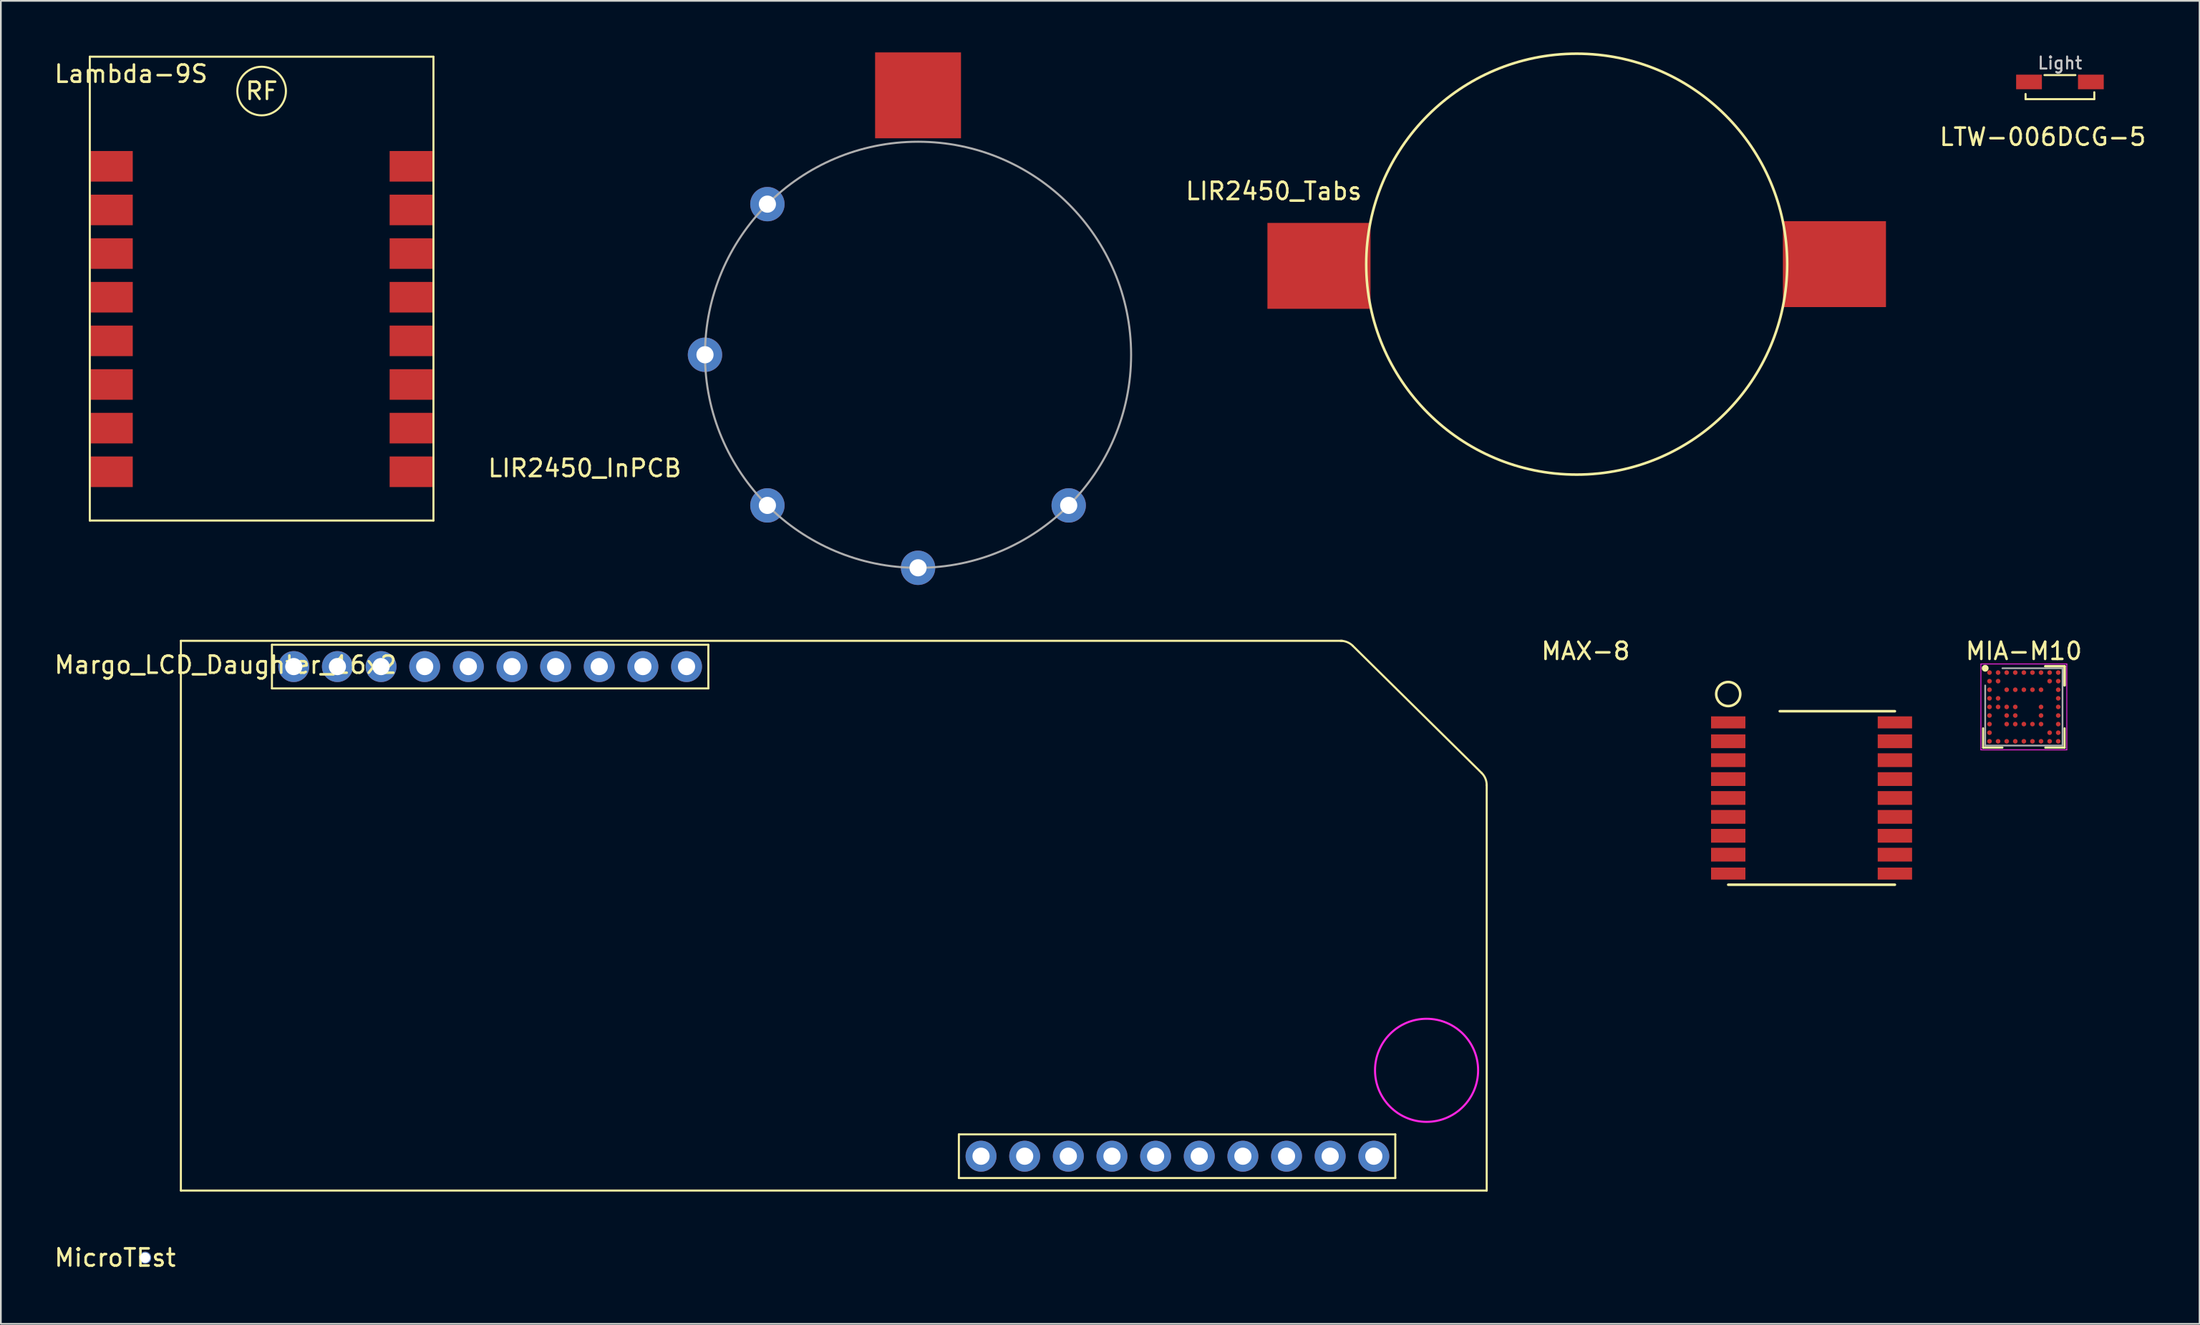
<source format=kicad_pcb>
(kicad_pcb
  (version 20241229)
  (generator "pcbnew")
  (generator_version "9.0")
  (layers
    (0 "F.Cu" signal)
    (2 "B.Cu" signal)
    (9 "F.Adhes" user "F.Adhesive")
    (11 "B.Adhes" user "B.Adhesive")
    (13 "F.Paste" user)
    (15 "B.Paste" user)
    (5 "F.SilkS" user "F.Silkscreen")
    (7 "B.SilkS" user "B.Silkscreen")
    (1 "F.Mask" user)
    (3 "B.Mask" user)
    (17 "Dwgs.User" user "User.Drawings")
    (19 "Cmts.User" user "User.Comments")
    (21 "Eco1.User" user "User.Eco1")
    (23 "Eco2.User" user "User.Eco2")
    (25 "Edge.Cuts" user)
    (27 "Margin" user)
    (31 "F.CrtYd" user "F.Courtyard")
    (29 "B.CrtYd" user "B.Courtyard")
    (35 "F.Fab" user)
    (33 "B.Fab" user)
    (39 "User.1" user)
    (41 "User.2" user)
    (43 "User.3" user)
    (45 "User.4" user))
  (footprint "LTW-006DCG-5"
    (layer "F.Cu")
    (at 116.84 1.72)
    (property "Reference" "LTW-006DCG-5" (at -1 3.2 0) (layer "F.SilkS") (effects (font (size 1 1) (thickness 0.15))))
    (attr through_hole)
    (fp_line (start -2 0.7) (end -2 1) (stroke (width 0.12) (type solid)) (layer "F.SilkS"))
    (fp_line (start -2 1) (end 2 1) (stroke (width 0.12) (type solid)) (layer "F.SilkS"))
    (fp_line (start -0.9 -0.4) (end 0.9 -0.4) (stroke (width 0.12) (type solid)) (layer "F.SilkS"))
    (fp_line (start 2 1) (end 2 0.6) (stroke (width 0.12) (type solid)) (layer "F.SilkS"))
    (fp_text user "Light" (at 0 -1.1 0) (layer "Dwgs.User") (effects (font (size 0.7 0.7) (thickness 0.12))))
    (pad "1" smd rect (at 1.8 0) (size 1.5 0.85) (layers "F.Cu" "F.Mask" "F.Paste"))
    (pad "2" smd rect (at -1.8 0) (size 1.5 0.85) (layers "F.Cu" "F.Mask" "F.Paste")))
  (footprint "Margo_LCD_Daughter_16x2"
    (layer "F.Cu")
    (at 7.477 34.25)
    (property "Reference" "Margo_LCD_Daughter_16x2" (at 2.6 1.4 0) (layer "F.SilkS") (effects (font (size 1 1) (thickness 0.15))))
    (attr through_hole)
    (fp_line (start 0 0) (end 0 32) (stroke (width 0.12) (type solid)) (layer "F.SilkS"))
    (fp_line (start 0 0) (end 67.6 0) (stroke (width 0.12) (type solid)) (layer "F.SilkS"))
    (fp_line (start 0 32) (end 76 32) (stroke (width 0.12) (type solid)) (layer "F.SilkS"))
    (fp_line (start 5.3 0.23) (end 5.3 2.77) (stroke (width 0.12) (type solid)) (layer "F.SilkS"))
    (fp_line (start 5.3 2.77) (end 30.7 2.77) (stroke (width 0.12) (type solid)) (layer "F.SilkS"))
    (fp_line (start 30.7 0.23) (end 5.3 0.23) (stroke (width 0.12) (type solid)) (layer "F.SilkS"))
    (fp_line (start 30.7 0.23) (end 30.7 2.77) (stroke (width 0.12) (type solid)) (layer "F.SilkS"))
    (fp_line (start 45.28 31.27) (end 45.28 28.73) (stroke (width 0.12) (type solid)) (layer "F.SilkS"))
    (fp_line (start 45.28 31.27) (end 70.68 31.27) (stroke (width 0.12) (type solid)) (layer "F.SilkS"))
    (fp_line (start 68.207 0.293) (end 75.707 7.693) (stroke (width 0.12) (type solid)) (layer "F.SilkS"))
    (fp_line (start 70.68 28.73) (end 45.28 28.73) (stroke (width 0.12) (type solid)) (layer "F.SilkS"))
    (fp_line (start 70.68 31.27) (end 70.68 28.73) (stroke (width 0.12) (type solid)) (layer "F.SilkS"))
    (fp_line (start 76 8.4) (end 76 32) (stroke (width 0.12) (type solid)) (layer "F.SilkS"))
    (fp_arc (start 67.5 0.000001) (mid 67.882683 0.076121) (end 68.207106 0.292894) (stroke (width 0.12) (type solid)) (layer "F.SilkS"))
    (fp_arc (start 75.707107 7.692893) (mid 75.92388 8.017316) (end 76 8.4) (stroke (width 0.12) (type solid)) (layer "F.SilkS"))
    (fp_circle (center 72.5 25) (end 75.5 25) (stroke (width 0.12) (type solid)) (fill no) (layer "F.CrtYd"))
    (pad "1" thru_hole circle (at 6.57 1.5) (size 1.8 1.8) (drill 1) (layers "*.Cu" "*.Mask"))
    (pad "1" thru_hole circle (at 69.43 30 180) (size 1.8 1.8) (drill 1) (layers "*.Cu" "*.Mask"))
    (pad "2" thru_hole circle (at 9.11 1.5) (size 1.8 1.8) (drill 1) (layers "*.Cu" "*.Mask"))
    (pad "2" thru_hole circle (at 66.89 30 180) (size 1.8 1.8) (drill 1) (layers "*.Cu" "*.Mask"))
    (pad "3" thru_hole circle (at 11.65 1.5) (size 1.8 1.8) (drill 1) (layers "*.Cu" "*.Mask"))
    (pad "3" thru_hole circle (at 64.35 30 180) (size 1.8 1.8) (drill 1) (layers "*.Cu" "*.Mask"))
    (pad "4" thru_hole circle (at 14.19 1.5) (size 1.8 1.8) (drill 1) (layers "*.Cu" "*.Mask"))
    (pad "4" thru_hole circle (at 61.81 30 180) (size 1.8 1.8) (drill 1) (layers "*.Cu" "*.Mask"))
    (pad "5" thru_hole circle (at 16.73 1.5) (size 1.8 1.8) (drill 1) (layers "*.Cu" "*.Mask"))
    (pad "5" thru_hole circle (at 59.27 30 180) (size 1.8 1.8) (drill 1) (layers "*.Cu" "*.Mask"))
    (pad "6" thru_hole circle (at 19.27 1.5) (size 1.8 1.8) (drill 1) (layers "*.Cu" "*.Mask"))
    (pad "6" thru_hole circle (at 56.73 30 180) (size 1.8 1.8) (drill 1) (layers "*.Cu" "*.Mask"))
    (pad "7" thru_hole circle (at 21.81 1.5) (size 1.8 1.8) (drill 1) (layers "*.Cu" "*.Mask"))
    (pad "7" thru_hole circle (at 54.19 30 180) (size 1.8 1.8) (drill 1) (layers "*.Cu" "*.Mask"))
    (pad "8" thru_hole circle (at 24.35 1.5) (size 1.8 1.8) (drill 1) (layers "*.Cu" "*.Mask"))
    (pad "8" thru_hole circle (at 51.65 30 180) (size 1.8 1.8) (drill 1) (layers "*.Cu" "*.Mask"))
    (pad "9" thru_hole circle (at 26.89 1.5) (size 1.8 1.8) (drill 1) (layers "*.Cu" "*.Mask"))
    (pad "9" thru_hole circle (at 49.11 30 180) (size 1.8 1.8) (drill 1) (layers "*.Cu" "*.Mask"))
    (pad "10" thru_hole circle (at 29.43 1.5) (size 1.8 1.8) (drill 1) (layers "*.Cu" "*.Mask"))
    (pad "10" thru_hole circle (at 46.57 30 180) (size 1.8 1.8) (drill 1) (layers "*.Cu" "*.Mask")))
  (footprint "LIR2450_Tabs"
    (layer "F.Cu")
    (at 88.715 12.325)
    (property "Reference" "LIR2450_Tabs" (at -17.63 -4.25 0) (layer "F.SilkS") (effects (font (size 1 1) (thickness 0.15))))
    (attr through_hole)
    (fp_circle (center 0 0) (end 12.25 0) (stroke (width 0.15) (type solid)) (fill no) (layer "F.SilkS"))
    (pad "1" smd rect (at 15 0) (size 6 5) (layers "F.Cu" "F.Mask" "F.Paste"))
    (pad "2" smd rect (at -15 0.1) (size 6 5) (layers "F.Cu" "F.Mask" "F.Paste")))
  (footprint "LIR2450_InPCB"
    (layer "F.Cu")
    (at 50.381 17.6)
    (property "Reference" "LIR2450_InPCB" (at -19.4 6.6 0) (layer "F.SilkS") (effects (font (size 1 1) (thickness 0.15))))
    (attr through_hole)
    (fp_circle (center 0 0) (end 12.4 0) (stroke (width 0.12) (type solid)) (fill no) (layer "F.Fab"))
    (pad "1" thru_hole circle (at -12.4 0) (size 2 2) (drill 1) (layers "*.Cu" "*.Mask"))
    (pad "1" thru_hole circle (at -8.768 -8.768) (size 2 2) (drill 1) (layers "*.Cu" "*.Mask"))
    (pad "1" thru_hole circle (at -8.768 8.768) (size 2 2) (drill 1) (layers "*.Cu" "*.Mask"))
    (pad "1" thru_hole circle (at 0 12.4) (size 2 2) (drill 1) (layers "*.Cu" "*.Mask"))
    (pad "1" thru_hole circle (at 8.768 8.768) (size 2 2) (drill 1) (layers "*.Cu" "*.Mask"))
    (pad "2" smd rect (at 0 -15.1) (size 5 5) (layers "F.Cu" "F.Mask" "F.Paste")))
  (footprint "MicroTEst"
    (layer "F.Cu")
    (at 5.399 70.158)
    (property "Reference" "MicroTEst" (at -1.75 0 180) (layer "F.SilkS") (effects (font (size 1 1) (thickness 0.15))))
    (attr through_hole)
    (pad "1" thru_hole circle (at 0 0) (size 0.7 0.7) (drill 0.6) (layers "*.Cu" "*.Mask")))
  (footprint "Lambda-9S"
    (layer "F.Cu")
    (at 2.177 0.25)
    (property "Reference" "Lambda-9S" (at 2.4 1 0) (layer "F.SilkS") (effects (font (size 1 1) (thickness 0.15))))
    (attr through_hole)
    (fp_line (start 0 0) (end 0 27) (stroke (width 0.12) (type solid)) (layer "F.SilkS"))
    (fp_line (start 0 0) (end 20 0) (stroke (width 0.12) (type solid)) (layer "F.SilkS"))
    (fp_line (start 20 0) (end 20 27) (stroke (width 0.12) (type solid)) (layer "F.SilkS"))
    (fp_line (start 20 27) (end 0 27) (stroke (width 0.12) (type solid)) (layer "F.SilkS"))
    (fp_circle (center 10 2) (end 11.414 2) (stroke (width 0.12) (type solid)) (fill no) (layer "F.SilkS"))
    (fp_text user "RF" (at 10 2 0) (layer "F.SilkS") (effects (font (size 1 1) (thickness 0.15))))
    (pad "1" smd rect (at 1.25 6.38) (size 2.5 1.78) (layers "F.Cu" "F.Mask" "F.Paste"))
    (pad "2" smd rect (at 1.25 8.92) (size 2.5 1.78) (layers "F.Cu" "F.Mask" "F.Paste"))
    (pad "3" smd rect (at 1.25 11.46) (size 2.5 1.78) (layers "F.Cu" "F.Mask" "F.Paste"))
    (pad "4" smd rect (at 1.25 14) (size 2.5 1.78) (layers "F.Cu" "F.Mask" "F.Paste"))
    (pad "5" smd rect (at 1.25 16.54) (size 2.5 1.78) (layers "F.Cu" "F.Mask" "F.Paste"))
    (pad "6" smd rect (at 1.25 19.08) (size 2.5 1.78) (layers "F.Cu" "F.Mask" "F.Paste"))
    (pad "7" smd rect (at 1.25 21.62) (size 2.5 1.78) (layers "F.Cu" "F.Mask" "F.Paste"))
    (pad "8" smd rect (at 1.25 24.16) (size 2.5 1.78) (layers "F.Cu" "F.Mask" "F.Paste"))
    (pad "9" smd rect (at 18.7 24.16) (size 2.5 1.78) (layers "F.Cu" "F.Mask" "F.Paste"))
    (pad "10" smd rect (at 18.7 21.62) (size 2.5 1.78) (layers "F.Cu" "F.Mask" "F.Paste"))
    (pad "11" smd rect (at 18.7 19.08) (size 2.5 1.78) (layers "F.Cu" "F.Mask" "F.Paste"))
    (pad "12" smd rect (at 18.7 16.54) (size 2.5 1.78) (layers "F.Cu" "F.Mask" "F.Paste"))
    (pad "13" smd rect (at 18.7 14) (size 2.5 1.78) (layers "F.Cu" "F.Mask" "F.Paste"))
    (pad "14" smd rect (at 18.7 11.46) (size 2.5 1.78) (layers "F.Cu" "F.Mask" "F.Paste"))
    (pad "15" smd rect (at 18.7 8.92) (size 2.5 1.78) (layers "F.Cu" "F.Mask" "F.Paste"))
    (pad "16" smd rect (at 18.7 6.38) (size 2.5 1.78) (layers "F.Cu" "F.Mask" "F.Paste")))
  (footprint "MAX-8"
    (layer "F.Cu")
    (at 102.534 43.398)
    (property "Reference" "MAX-8" (at -13.3 -8.55 0) (layer "F.SilkS") (effects (font (size 1 1) (thickness 0.15))))
    (attr through_hole)
    (fp_line (start -5 5.05) (end 4.7 5.05) (stroke (width 0.15) (type solid)) (layer "F.SilkS"))
    (fp_line (start -2 -5.05) (end 4.7 -5.05) (stroke (width 0.15) (type solid)) (layer "F.SilkS"))
    (fp_circle (center -5 -6.05) (end -4.3 -6.05) (stroke (width 0.15) (type solid)) (fill no) (layer "F.SilkS"))
    (pad "1" smd rect (at -5 -4.4) (size 2 0.7) (layers "F.Cu" "F.Mask" "F.Paste"))
    (pad "2" smd rect (at -5 -3.3) (size 2 0.8) (layers "F.Cu" "F.Mask" "F.Paste"))
    (pad "3" smd rect (at -5 -2.2) (size 2 0.8) (layers "F.Cu" "F.Mask" "F.Paste"))
    (pad "4" smd rect (at -5 -1.1) (size 2 0.8) (layers "F.Cu" "F.Mask" "F.Paste"))
    (pad "5" smd rect (at -5 0) (size 2 0.8) (layers "F.Cu" "F.Mask" "F.Paste"))
    (pad "6" smd rect (at -5 1.1) (size 2 0.8) (layers "F.Cu" "F.Mask" "F.Paste"))
    (pad "7" smd rect (at -5 2.2) (size 2 0.8) (layers "F.Cu" "F.Mask" "F.Paste"))
    (pad "8" smd rect (at -5 3.3) (size 2 0.8) (layers "F.Cu" "F.Mask" "F.Paste"))
    (pad "9" smd rect (at -5 4.4 180) (size 2 0.7) (layers "F.Cu" "F.Mask" "F.Paste"))
    (pad "10" smd rect (at 4.7 4.4) (size 2 0.7) (layers "F.Cu" "F.Mask" "F.Paste"))
    (pad "11" smd rect (at 4.7 3.3) (size 2 0.8) (layers "F.Cu" "F.Mask" "F.Paste"))
    (pad "12" smd rect (at 4.7 2.2) (size 2 0.8) (layers "F.Cu" "F.Mask" "F.Paste"))
    (pad "13" smd rect (at 4.7 1.1) (size 2 0.8) (layers "F.Cu" "F.Mask" "F.Paste"))
    (pad "14" smd rect (at 4.7 0) (size 2 0.8) (layers "F.Cu" "F.Mask" "F.Paste"))
    (pad "15" smd rect (at 4.7 -1.1) (size 2 0.8) (layers "F.Cu" "F.Mask" "F.Paste"))
    (pad "16" smd rect (at 4.7 -2.2) (size 2 0.8) (layers "F.Cu" "F.Mask" "F.Paste"))
    (pad "17" smd rect (at 4.7 -3.3) (size 2 0.8) (layers "F.Cu" "F.Mask" "F.Paste"))
    (pad "18" smd rect (at 4.7 -4.4) (size 2 0.7) (layers "F.Cu" "F.Mask" "F.Paste")))
  (footprint "MIA-M10"
    (layer "F.Cu")
    (at 114.74 38.098)
    (property "Reference" "MIA-M10" (at 0 -3.25 0) (layer "F.SilkS") (effects (font (size 1 1) (thickness 0.15))))
    (attr smd)
    (fp_line (start -2.37 2.37) (end -2.37 1.245) (stroke (width 0.12) (type solid)) (layer "F.SilkS"))
    (fp_line (start -1.245 2.37) (end -2.37 2.37) (stroke (width 0.12) (type solid)) (layer "F.SilkS"))
    (fp_line (start 1.245 -2.37) (end 2.37 -2.37) (stroke (width 0.12) (type solid)) (layer "F.SilkS"))
    (fp_line (start 1.245 -2.37) (end 2.37 -2.37) (stroke (width 0.12) (type solid)) (layer "F.SilkS"))
    (fp_line (start 1.245 -2.37) (end 2.37 -2.37) (stroke (width 0.12) (type solid)) (layer "F.SilkS"))
    (fp_line (start 1.245 2.37) (end 2.37 2.37) (stroke (width 0.12) (type solid)) (layer "F.SilkS"))
    (fp_line (start 2.37 -2.37) (end 2.37 -1.245) (stroke (width 0.12) (type solid)) (layer "F.SilkS"))
    (fp_line (start 2.37 -2.37) (end 2.37 -1.245) (stroke (width 0.12) (type solid)) (layer "F.SilkS"))
    (fp_line (start 2.37 -2.37) (end 2.37 -1.245) (stroke (width 0.12) (type solid)) (layer "F.SilkS"))
    (fp_line (start 2.37 2.37) (end 2.37 1.245) (stroke (width 0.12) (type solid)) (layer "F.SilkS"))
    (fp_circle (center -2.25 -2.25) (end -2.25 -2.15) (stroke (width 0.2) (type solid)) (fill no) (layer "F.SilkS"))
    (fp_line (start -2.5 -2.5) (end 2.5 -2.5) (stroke (width 0.05) (type solid)) (layer "F.CrtYd"))
    (fp_line (start -2.5 2.5) (end -2.5 -2.5) (stroke (width 0.05) (type solid)) (layer "F.CrtYd"))
    (fp_line (start 2.5 -2.5) (end 2.5 2.5) (stroke (width 0.05) (type solid)) (layer "F.CrtYd"))
    (fp_line (start 2.5 2.5) (end -2.5 2.5) (stroke (width 0.05) (type solid)) (layer "F.CrtYd"))
    (fp_line (start -2.25 -1.25) (end -2.25 2.25) (stroke (width 0.1) (type solid)) (layer "F.Fab"))
    (fp_line (start -2.25 2.25) (end 2.25 2.25) (stroke (width 0.1) (type solid)) (layer "F.Fab"))
    (fp_line (start 2.25 -2.25) (end -1.25 -2.25) (stroke (width 0.1) (type solid)) (layer "F.Fab"))
    (fp_line (start 2.25 2.25) (end 2.25 -2.25) (stroke (width 0.1) (type solid)) (layer "F.Fab"))
    (pad "A1" smd circle (at -2 -2) (size 0.27 0.27) (layers "F.Cu" "F.Mask" "F.Paste"))
    (pad "A2" smd circle (at -1.5 -2) (size 0.27 0.27) (layers "F.Cu" "F.Mask" "F.Paste"))
    (pad "A3" smd circle (at -1 -2) (size 0.27 0.27) (layers "F.Cu" "F.Mask" "F.Paste"))
    (pad "A4" smd circle (at -0.5 -2) (size 0.27 0.27) (layers "F.Cu" "F.Mask" "F.Paste"))
    (pad "A5" smd circle (at 0 -2) (size 0.27 0.27) (layers "F.Cu" "F.Mask" "F.Paste"))
    (pad "A6" smd circle (at 0.5 -2) (size 0.27 0.27) (layers "F.Cu" "F.Mask" "F.Paste"))
    (pad "A7" smd circle (at 1 -2) (size 0.27 0.27) (layers "F.Cu" "F.Mask" "F.Paste"))
    (pad "A8" smd circle (at 1.5 -2) (size 0.27 0.27) (layers "F.Cu" "F.Mask" "F.Paste"))
    (pad "A9" smd circle (at 2 -2) (size 0.27 0.27) (layers "F.Cu" "F.Mask" "F.Paste"))
    (pad "B1" smd circle (at -2 -1.5) (size 0.27 0.27) (layers "F.Cu" "F.Mask" "F.Paste"))
    (pad "B2" smd circle (at -1.5 -1.5) (size 0.27 0.27) (layers "F.Cu" "F.Mask" "F.Paste"))
    (pad "B8" smd circle (at 1.5 -1.5) (size 0.27 0.27) (layers "F.Cu" "F.Mask" "F.Paste"))
    (pad "B9" smd circle (at 2 -1.5) (size 0.27 0.27) (layers "F.Cu" "F.Mask" "F.Paste"))
    (pad "C1" smd circle (at -2 -1) (size 0.27 0.27) (layers "F.Cu" "F.Mask" "F.Paste"))
    (pad "C3" smd circle (at -1 -1) (size 0.27 0.27) (layers "F.Cu" "F.Mask" "F.Paste"))
    (pad "C4" smd circle (at -0.5 -1) (size 0.27 0.27) (layers "F.Cu" "F.Mask" "F.Paste"))
    (pad "C5" smd circle (at 0 -1) (size 0.27 0.27) (layers "F.Cu" "F.Mask" "F.Paste"))
    (pad "C6" smd circle (at 0.5 -1) (size 0.27 0.27) (layers "F.Cu" "F.Mask" "F.Paste"))
    (pad "C7" smd circle (at 1 -1) (size 0.27 0.27) (layers "F.Cu" "F.Mask" "F.Paste"))
    (pad "C9" smd circle (at 2 -1) (size 0.27 0.27) (layers "F.Cu" "F.Mask" "F.Paste"))
    (pad "D1" smd circle (at -2 -0.5) (size 0.27 0.27) (layers "F.Cu" "F.Mask" "F.Paste"))
    (pad "D2" smd circle (at -1.5 -0.5) (size 0.27 0.27) (layers "F.Cu" "F.Mask" "F.Paste"))
    (pad "D9" smd circle (at 2 -0.5) (size 0.27 0.27) (layers "F.Cu" "F.Mask" "F.Paste"))
    (pad "E1" smd circle (at -2 0) (size 0.27 0.27) (layers "F.Cu" "F.Mask" "F.Paste"))
    (pad "E2" smd circle (at -1.5 0) (size 0.27 0.27) (layers "F.Cu" "F.Mask" "F.Paste"))
    (pad "E3" smd circle (at -1 0) (size 0.27 0.27) (layers "F.Cu" "F.Mask" "F.Paste"))
    (pad "E4" smd circle (at -0.5 0) (size 0.27 0.27) (layers "F.Cu" "F.Mask" "F.Paste"))
    (pad "E7" smd circle (at 1 0) (size 0.27 0.27) (layers "F.Cu" "F.Mask" "F.Paste"))
    (pad "E9" smd circle (at 2 0) (size 0.27 0.27) (layers "F.Cu" "F.Mask" "F.Paste"))
    (pad "F1" smd circle (at -2 0.5) (size 0.27 0.27) (layers "F.Cu" "F.Mask" "F.Paste"))
    (pad "F3" smd circle (at -1 0.5) (size 0.27 0.27) (layers "F.Cu" "F.Mask" "F.Paste"))
    (pad "F4" smd circle (at -0.5 0.5) (size 0.27 0.27) (layers "F.Cu" "F.Mask" "F.Paste"))
    (pad "F7" smd circle (at 1 0.5) (size 0.27 0.27) (layers "F.Cu" "F.Mask" "F.Paste"))
    (pad "F9" smd circle (at 2 0.5) (size 0.27 0.27) (layers "F.Cu" "F.Mask" "F.Paste"))
    (pad "G1" smd circle (at -2 1) (size 0.27 0.27) (layers "F.Cu" "F.Mask" "F.Paste"))
    (pad "G3" smd circle (at -1 1) (size 0.27 0.27) (layers "F.Cu" "F.Mask" "F.Paste"))
    (pad "G4" smd circle (at -0.5 1) (size 0.27 0.27) (layers "F.Cu" "F.Mask" "F.Paste"))
    (pad "G5" smd circle (at 0 1) (size 0.27 0.27) (layers "F.Cu" "F.Mask" "F.Paste"))
    (pad "G6" smd circle (at 0.5 1) (size 0.27 0.27) (layers "F.Cu" "F.Mask" "F.Paste"))
    (pad "G7" smd circle (at 1 1) (size 0.27 0.27) (layers "F.Cu" "F.Mask" "F.Paste"))
    (pad "G9" smd circle (at 2 1) (size 0.27 0.27) (layers "F.Cu" "F.Mask" "F.Paste"))
    (pad "H1" smd circle (at -2 1.5) (size 0.27 0.27) (layers "F.Cu" "F.Mask" "F.Paste"))
    (pad "H8" smd circle (at 1.5 1.5) (size 0.27 0.27) (layers "F.Cu" "F.Mask" "F.Paste"))
    (pad "H9" smd circle (at 2 1.5) (size 0.27 0.27) (layers "F.Cu" "F.Mask" "F.Paste"))
    (pad "J1" smd circle (at -2 2) (size 0.27 0.27) (layers "F.Cu" "F.Mask" "F.Paste"))
    (pad "J2" smd circle (at -1.5 2) (size 0.27 0.27) (layers "F.Cu" "F.Mask" "F.Paste"))
    (pad "J3" smd circle (at -1 2) (size 0.27 0.27) (layers "F.Cu" "F.Mask" "F.Paste"))
    (pad "J4" smd circle (at -0.5 2) (size 0.27 0.27) (layers "F.Cu" "F.Mask" "F.Paste"))
    (pad "J5" smd circle (at 0 2) (size 0.27 0.27) (layers "F.Cu" "F.Mask" "F.Paste"))
    (pad "J6" smd circle (at 0.5 2) (size 0.27 0.27) (layers "F.Cu" "F.Mask" "F.Paste"))
    (pad "J7" smd circle (at 1 2) (size 0.27 0.27) (layers "F.Cu" "F.Mask" "F.Paste"))
    (pad "J8" smd circle (at 1.5 2) (size 0.27 0.27) (layers "F.Cu" "F.Mask" "F.Paste"))
    (pad "J9" smd circle (at 2 2) (size 0.27 0.27) (layers "F.Cu" "F.Mask" "F.Paste")))
  (gr_rect
    (start -3 -3)
    (end 124.965 74.007)
    (stroke (width 0.1) (type default))
    (fill no)
    (layer "Edge.Cuts")))
</source>
